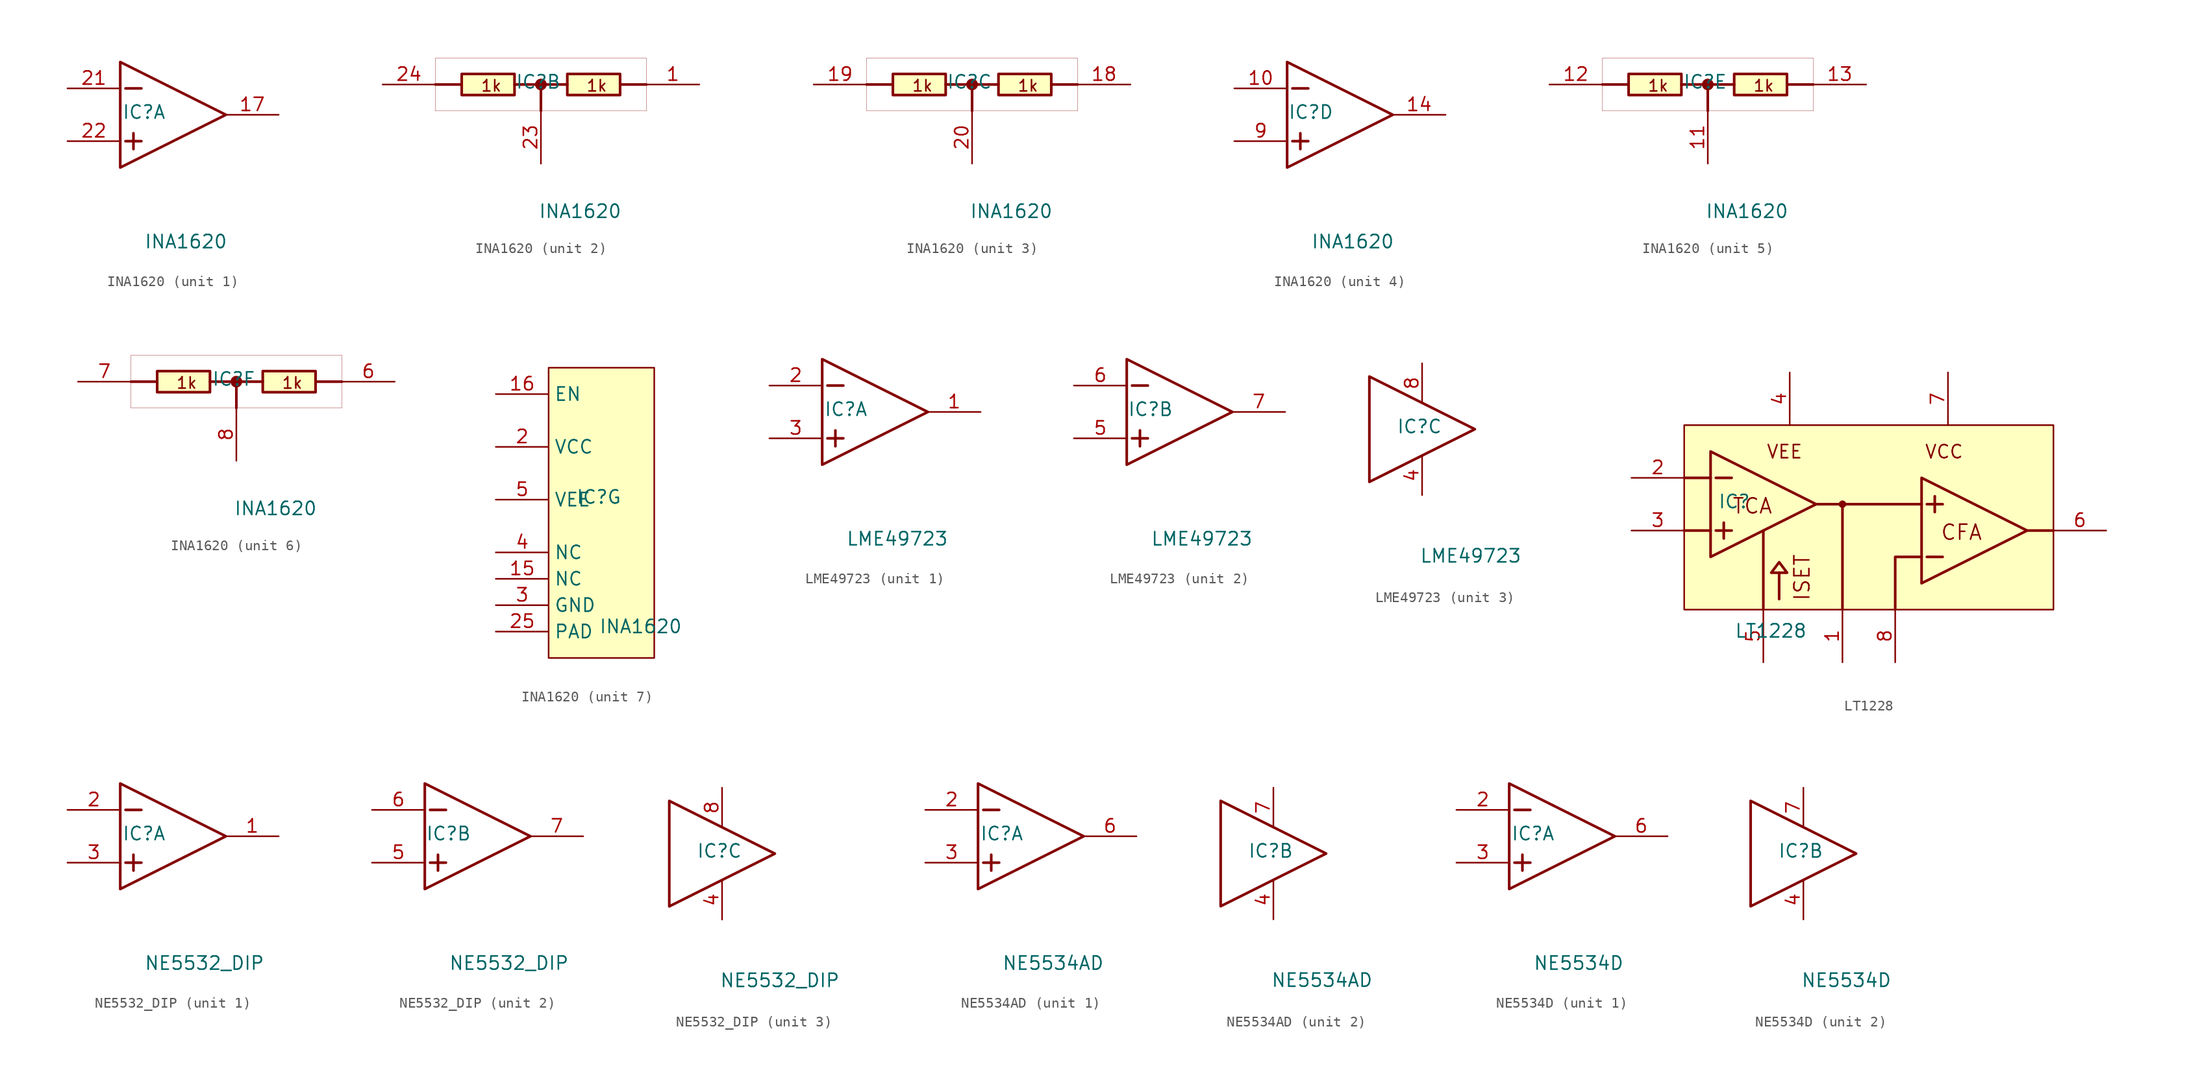
<source format=kicad_sym>
(kicad_symbol_lib
  (version 20231120)
  (generator "kicad_symbol_editor")
  (generator_version "8.0")
  (symbol "INA1620"
    (property "Reference" "IC"
      (at -0.254 0.254 0)
      (effects (font (size 1.27 1.27))))
    (property "Value" "INA1620"
      (at -0.254 -12.954 0)
      (effects (font (size 1.27 1.27)) (justify left bottom)))
    (symbol "INA1620_1_0"
      (polyline (pts (xy -2.032 -2.54) (xy -0.508 -2.54)) (stroke (width 0.254) (type solid)) (fill (type none)))
      (polyline (pts (xy -2.032 2.54) (xy -0.508 2.54)) (stroke (width 0.254) (type solid)) (fill (type none)))
      (polyline (pts (xy -1.27 -1.778) (xy -1.27 -3.302)) (stroke (width 0.254) (type solid)) (fill (type none)))
      (polyline (pts (xy -2.54 -5.08) (xy -2.54 5.08) (xy 7.62 0) (xy -2.54 -5.08)) (stroke (width 0.254) (type solid)) (fill (type none)))
      (pin passive line (at 12.7 0 180) (length 5.08) (name "OUT" (effects (font (size 0 0)))) (number "17" (effects (font (size 1.27 1.27)))))
      (pin passive line (at -7.62 2.54 0) (length 5.08) (name "IN-" (effects (font (size 0 0)))) (number "21" (effects (font (size 1.27 1.27)))))
      (pin passive line (at -7.62 -2.54 0) (length 5.08) (name "IN+" (effects (font (size 0 0)))) (number "22" (effects (font (size 1.27 1.27))))))
    (symbol "INA1620_2_0"
      (rectangle (start -2.54 1.016) (end -7.62 -1.016) (stroke (width 0.254) (type solid)) (fill (type background)))
      (polyline (pts (xy -7.62 0) (xy -10.16 0)) (stroke (width 0.254) (type solid)) (fill (type none)))
      (polyline (pts (xy 0 -2.54) (xy 0 0)) (stroke (width 0.254) (type solid)) (fill (type none)))
      (polyline (pts (xy 0 0) (xy -2.54 0)) (stroke (width 0.254) (type solid)) (fill (type none)))
      (polyline (pts (xy 2.54 0) (xy 0 0)) (stroke (width 0.254) (type solid)) (fill (type none)))
      (polyline (pts (xy 10.16 0) (xy 7.62 0)) (stroke (width 0.254) (type solid)) (fill (type none)))
      (circle (center 0 0) (radius 0.051) (stroke (width 0.508) (type solid)) (fill (type none)))
      (rectangle (start 7.62 1.016) (end 2.54 -1.016) (stroke (width 0.254) (type solid)) (fill (type background)))
      (rectangle (start 10.16 2.54) (end -10.16 -2.54) (stroke (width 0.025) (type solid)) (fill (type none)))
      (text "1k" (at -5.842 -0.762 0) (effects (font (size 1.092 1.092)) (justify left bottom)))
      (text "1k" (at 4.318 -0.762 0) (effects (font (size 1.092 1.092)) (justify left bottom)))
      (pin passive line (at 15.24 0 180) (length 5.08) (name "1" (effects (font (size 0 0)))) (number "1" (effects (font (size 1.27 1.27)))))
      (pin passive line (at 0 -7.62 90) (length 5.08) (name "23" (effects (font (size 0 0)))) (number "23" (effects (font (size 1.27 1.27)))))
      (pin passive line (at -15.24 0 0) (length 5.08) (name "24" (effects (font (size 0 0)))) (number "24" (effects (font (size 1.27 1.27))))))
    (symbol "INA1620_3_0"
      (rectangle (start -2.54 1.016) (end -7.62 -1.016) (stroke (width 0.254) (type solid)) (fill (type background)))
      (polyline (pts (xy -7.62 0) (xy -10.16 0)) (stroke (width 0.254) (type solid)) (fill (type none)))
      (polyline (pts (xy 0 -2.54) (xy 0 0)) (stroke (width 0.254) (type solid)) (fill (type none)))
      (polyline (pts (xy 0 0) (xy -2.54 0)) (stroke (width 0.254) (type solid)) (fill (type none)))
      (polyline (pts (xy 2.54 0) (xy 0 0)) (stroke (width 0.254) (type solid)) (fill (type none)))
      (polyline (pts (xy 10.16 0) (xy 7.62 0)) (stroke (width 0.254) (type solid)) (fill (type none)))
      (circle (center 0 0) (radius 0.051) (stroke (width 0.508) (type solid)) (fill (type none)))
      (rectangle (start 7.62 1.016) (end 2.54 -1.016) (stroke (width 0.254) (type solid)) (fill (type background)))
      (rectangle (start 10.16 2.54) (end -10.16 -2.54) (stroke (width 0.025) (type solid)) (fill (type none)))
      (text "1k" (at -5.842 -0.762 0) (effects (font (size 1.092 1.092)) (justify left bottom)))
      (text "1k" (at 4.318 -0.762 0) (effects (font (size 1.092 1.092)) (justify left bottom)))
      (pin passive line (at 15.24 0 180) (length 5.08) (name "18" (effects (font (size 0 0)))) (number "18" (effects (font (size 1.27 1.27)))))
      (pin passive line (at -15.24 0 0) (length 5.08) (name "19" (effects (font (size 0 0)))) (number "19" (effects (font (size 1.27 1.27)))))
      (pin passive line (at 0 -7.62 90) (length 5.08) (name "20" (effects (font (size 0 0)))) (number "20" (effects (font (size 1.27 1.27))))))
    (symbol "INA1620_4_0"
      (polyline (pts (xy -2.032 -2.54) (xy -0.508 -2.54)) (stroke (width 0.254) (type solid)) (fill (type none)))
      (polyline (pts (xy -2.032 2.54) (xy -0.508 2.54)) (stroke (width 0.254) (type solid)) (fill (type none)))
      (polyline (pts (xy -1.27 -1.778) (xy -1.27 -3.302)) (stroke (width 0.254) (type solid)) (fill (type none)))
      (polyline (pts (xy -2.54 -5.08) (xy -2.54 5.08) (xy 7.62 0) (xy -2.54 -5.08)) (stroke (width 0.254) (type solid)) (fill (type none)))
      (pin passive line (at -7.62 2.54 0) (length 5.08) (name "IN-" (effects (font (size 0 0)))) (number "10" (effects (font (size 1.27 1.27)))))
      (pin passive line (at 12.7 0 180) (length 5.08) (name "OUT" (effects (font (size 0 0)))) (number "14" (effects (font (size 1.27 1.27)))))
      (pin passive line (at -7.62 -2.54 0) (length 5.08) (name "IN+" (effects (font (size 0 0)))) (number "9" (effects (font (size 1.27 1.27))))))
    (symbol "INA1620_5_0"
      (rectangle (start -2.54 1.016) (end -7.62 -1.016) (stroke (width 0.254) (type solid)) (fill (type background)))
      (polyline (pts (xy -7.62 0) (xy -10.16 0)) (stroke (width 0.254) (type solid)) (fill (type none)))
      (polyline (pts (xy 0 -2.54) (xy 0 0)) (stroke (width 0.254) (type solid)) (fill (type none)))
      (polyline (pts (xy 0 0) (xy -2.54 0)) (stroke (width 0.254) (type solid)) (fill (type none)))
      (polyline (pts (xy 2.54 0) (xy 0 0)) (stroke (width 0.254) (type solid)) (fill (type none)))
      (polyline (pts (xy 10.16 0) (xy 7.62 0)) (stroke (width 0.254) (type solid)) (fill (type none)))
      (circle (center 0 0) (radius 0.051) (stroke (width 0.508) (type solid)) (fill (type none)))
      (rectangle (start 7.62 1.016) (end 2.54 -1.016) (stroke (width 0.254) (type solid)) (fill (type background)))
      (rectangle (start 10.16 2.54) (end -10.16 -2.54) (stroke (width 0.025) (type solid)) (fill (type none)))
      (text "1k" (at -5.842 -0.762 0) (effects (font (size 1.092 1.092)) (justify left bottom)))
      (text "1k" (at 4.318 -0.762 0) (effects (font (size 1.092 1.092)) (justify left bottom)))
      (pin passive line (at 0 -7.62 90) (length 5.08) (name "11" (effects (font (size 0 0)))) (number "11" (effects (font (size 1.27 1.27)))))
      (pin passive line (at -15.24 0 0) (length 5.08) (name "12" (effects (font (size 0 0)))) (number "12" (effects (font (size 1.27 1.27)))))
      (pin passive line (at 15.24 0 180) (length 5.08) (name "13" (effects (font (size 0 0)))) (number "13" (effects (font (size 1.27 1.27))))))
    (symbol "INA1620_6_0"
      (rectangle (start -2.54 1.016) (end -7.62 -1.016) (stroke (width 0.254) (type solid)) (fill (type background)))
      (polyline (pts (xy -7.62 0) (xy -10.16 0)) (stroke (width 0.254) (type solid)) (fill (type none)))
      (polyline (pts (xy 0 -2.54) (xy 0 0)) (stroke (width 0.254) (type solid)) (fill (type none)))
      (polyline (pts (xy 0 0) (xy -2.54 0)) (stroke (width 0.254) (type solid)) (fill (type none)))
      (polyline (pts (xy 2.54 0) (xy 0 0)) (stroke (width 0.254) (type solid)) (fill (type none)))
      (polyline (pts (xy 10.16 0) (xy 7.62 0)) (stroke (width 0.254) (type solid)) (fill (type none)))
      (circle (center 0 0) (radius 0.051) (stroke (width 0.508) (type solid)) (fill (type none)))
      (rectangle (start 7.62 1.016) (end 2.54 -1.016) (stroke (width 0.254) (type solid)) (fill (type background)))
      (rectangle (start 10.16 2.54) (end -10.16 -2.54) (stroke (width 0.025) (type solid)) (fill (type none)))
      (text "1k" (at -5.842 -0.762 0) (effects (font (size 1.092 1.092)) (justify left bottom)))
      (text "1k" (at 4.318 -0.762 0) (effects (font (size 1.092 1.092)) (justify left bottom)))
      (pin passive line (at 15.24 0 180) (length 5.08) (name "6" (effects (font (size 0 0)))) (number "6" (effects (font (size 1.27 1.27)))))
      (pin passive line (at -15.24 0 0) (length 5.08) (name "7" (effects (font (size 0 0)))) (number "7" (effects (font (size 1.27 1.27)))))
      (pin passive line (at 0 -7.62 90) (length 5.08) (name "8" (effects (font (size 0 0)))) (number "8" (effects (font (size 1.27 1.27))))))
    (symbol "INA1620_7_0"
      (rectangle (start -5.08 12.7) (end 5.08 -15.24) (stroke (width 0) (type solid) (color 128 0 0 1)) (fill (type background)))
      (pin power_in line (at -10.16 -7.62 0) (length 5.08) (name "NC" (effects (font (size 1.27 1.27)))) (number "15" (effects (font (size 1.27 1.27)))))
      (pin power_in line (at -10.16 10.16 0) (length 5.08) (name "EN" (effects (font (size 1.27 1.27)))) (number "16" (effects (font (size 1.27 1.27)))))
      (pin power_in line (at -10.16 5.08 0) (length 5.08) (name "VCC" (effects (font (size 1.27 1.27)))) (number "2" (effects (font (size 1.27 1.27)))))
      (pin power_in line (at -10.16 -12.7 0) (length 5.08) (name "PAD" (effects (font (size 1.27 1.27)))) (number "25" (effects (font (size 1.27 1.27)))))
      (pin power_in line (at -10.16 -10.16 0) (length 5.08) (name "GND" (effects (font (size 1.27 1.27)))) (number "3" (effects (font (size 1.27 1.27)))))
      (pin power_in line (at -10.16 -5.08 0) (length 5.08) (name "NC" (effects (font (size 1.27 1.27)))) (number "4" (effects (font (size 1.27 1.27)))))
      (pin power_in line (at -10.16 0 0) (length 5.08) (name "VEE" (effects (font (size 1.27 1.27)))) (number "5" (effects (font (size 1.27 1.27)))))))
  (symbol "LME49723"
    (property "Reference" "IC"
      (at -0.254 0.254 0)
      (effects (font (size 1.27 1.27))))
    (property "Value" "LME49723"
      (at -0.254 -12.954 0)
      (effects (font (size 1.27 1.27)) (justify left bottom)))
    (symbol "LME49723_1_0"
      (polyline (pts (xy -2.032 -2.54) (xy -0.508 -2.54)) (stroke (width 0.254) (type solid)) (fill (type none)))
      (polyline (pts (xy -2.032 2.54) (xy -0.508 2.54)) (stroke (width 0.254) (type solid)) (fill (type none)))
      (polyline (pts (xy -1.27 -1.778) (xy -1.27 -3.302)) (stroke (width 0.254) (type solid)) (fill (type none)))
      (polyline (pts (xy -2.54 -5.08) (xy -2.54 5.08) (xy 7.62 0) (xy -2.54 -5.08)) (stroke (width 0.254) (type solid)) (fill (type none)))
      (pin passive line (at 12.7 0 180) (length 5.08) (name "OUT" (effects (font (size 0 0)))) (number "1" (effects (font (size 1.27 1.27)))))
      (pin passive line (at -7.62 2.54 0) (length 5.08) (name "IN-" (effects (font (size 0 0)))) (number "2" (effects (font (size 1.27 1.27)))))
      (pin passive line (at -7.62 -2.54 0) (length 5.08) (name "IN+" (effects (font (size 0 0)))) (number "3" (effects (font (size 1.27 1.27))))))
    (symbol "LME49723_2_0"
      (polyline (pts (xy -2.032 -2.54) (xy -0.508 -2.54)) (stroke (width 0.254) (type solid)) (fill (type none)))
      (polyline (pts (xy -2.032 2.54) (xy -0.508 2.54)) (stroke (width 0.254) (type solid)) (fill (type none)))
      (polyline (pts (xy -1.27 -1.778) (xy -1.27 -3.302)) (stroke (width 0.254) (type solid)) (fill (type none)))
      (polyline (pts (xy -2.54 -5.08) (xy -2.54 5.08) (xy 7.62 0) (xy -2.54 -5.08)) (stroke (width 0.254) (type solid)) (fill (type none)))
      (pin passive line (at -7.62 -2.54 0) (length 5.08) (name "IN+" (effects (font (size 0 0)))) (number "5" (effects (font (size 1.27 1.27)))))
      (pin passive line (at -7.62 2.54 0) (length 5.08) (name "IN-" (effects (font (size 0 0)))) (number "6" (effects (font (size 1.27 1.27)))))
      (pin passive line (at 12.7 0 180) (length 5.08) (name "OUT" (effects (font (size 0 0)))) (number "7" (effects (font (size 1.27 1.27))))))
    (symbol "LME49723_3_0"
      (polyline (pts (xy -5.08 -5.08) (xy -5.08 5.08) (xy 5.08 0) (xy -5.08 -5.08)) (stroke (width 0.254) (type solid)) (fill (type none)))
      (pin power_in line (at 0 -6.35 90) (length 3.81) (name "V-" (effects (font (size 0 0)))) (number "4" (effects (font (size 1.27 1.27)))))
      (pin power_in line (at 0 6.35 270) (length 3.81) (name "V+" (effects (font (size 0 0)))) (number "8" (effects (font (size 1.27 1.27)))))))
  (symbol "LT1228"
    (property "Reference" "IC"
      (at -0.254 0.254 0)
      (effects (font (size 1.27 1.27))))
    (property "Value" "LT1228"
      (at -0.254 -12.954 0)
      (effects (font (size 1.27 1.27)) (justify left bottom)))
    (symbol "LT1228_1_0"
      (rectangle (start -5.08 7.62) (end 30.48 -10.16) (stroke (width 0) (type solid) (color 128 0 0 1)) (fill (type background)))
      (polyline (pts (xy -5.08 -2.54) (xy -2.54 -2.54)) (stroke (width 0.254) (type solid)) (fill (type none)))
      (polyline (pts (xy -5.08 2.54) (xy -2.54 2.54)) (stroke (width 0.254) (type solid)) (fill (type none)))
      (polyline (pts (xy -2.032 -2.54) (xy -0.508 -2.54)) (stroke (width 0.254) (type solid)) (fill (type none)))
      (polyline (pts (xy -2.032 2.54) (xy -0.508 2.54)) (stroke (width 0.254) (type solid)) (fill (type none)))
      (polyline (pts (xy -1.27 -1.778) (xy -1.27 -3.302)) (stroke (width 0.254) (type solid)) (fill (type none)))
      (polyline (pts (xy 2.54 -10.16) (xy 2.54 -2.54)) (stroke (width 0.254) (type solid)) (fill (type none)))
      (polyline (pts (xy 4.064 -6.604) (xy 4.064 -9.144)) (stroke (width 0.254) (type solid)) (fill (type none)))
      (polyline (pts (xy 10.16 -10.16) (xy 10.16 0)) (stroke (width 0.254) (type solid)) (fill (type none)))
      (polyline (pts (xy 17.78 0) (xy 7.62 0)) (stroke (width 0.254) (type solid)) (fill (type none)))
      (polyline (pts (xy 18.288 -5.08) (xy 19.812 -5.08)) (stroke (width 0.254) (type solid)) (fill (type none)))
      (polyline (pts (xy 18.288 0) (xy 19.812 0)) (stroke (width 0.254) (type solid)) (fill (type none)))
      (polyline (pts (xy 19.05 0.762) (xy 19.05 -0.762)) (stroke (width 0.254) (type solid)) (fill (type none)))
      (polyline (pts (xy 30.48 -2.54) (xy 27.94 -2.54)) (stroke (width 0.254) (type solid)) (fill (type none)))
      (polyline (pts (xy 17.78 -5.08) (xy 15.24 -5.08) (xy 15.24 -10.16)) (stroke (width 0.254) (type solid)) (fill (type none)))
      (polyline (pts (xy -2.54 -5.08) (xy -2.54 5.08) (xy 7.62 0) (xy -2.54 -5.08)) (stroke (width 0.254) (type solid)) (fill (type none)))
      (polyline (pts (xy 17.78 -7.62) (xy 17.78 2.54) (xy 27.94 -2.54) (xy 17.78 -7.62)) (stroke (width 0.254) (type solid)) (fill (type none)))
      (polyline (pts (xy 4.064 -6.604) (xy 4.826 -6.604) (xy 4.064 -5.588) (xy 3.302 -6.604) (xy 4.064 -6.604)) (stroke (width 0.254) (type solid)) (fill (type none)))
      (circle (center 10.16 0) (radius 0.233) (stroke (width 0.254) (type solid)) (fill (type none)))
      (text "CFA" (at 19.558 -3.556 0) (effects (font (size 1.448 1.448)) (justify left bottom)))
      (text "ISET" (at 7.112 -9.398 900) (effects (font (size 1.448 1.448)) (justify left bottom)))
      (text "TCA" (at -0.508 -1.016 0) (effects (font (size 1.448 1.448)) (justify left bottom)))
      (text "VCC" (at 18.034 4.318 0) (effects (font (size 1.27 1.27)) (justify left bottom)))
      (text "VEE" (at 2.794 4.318 0) (effects (font (size 1.27 1.27)) (justify left bottom)))
      (pin passive line (at 10.16 -15.24 90) (length 5.08) (name "IOUT" (effects (font (size 0 0)))) (number "1" (effects (font (size 1.27 1.27)))))
      (pin passive line (at -10.16 2.54 0) (length 5.08) (name "IN-" (effects (font (size 0 0)))) (number "2" (effects (font (size 1.27 1.27)))))
      (pin passive line (at -10.16 -2.54 0) (length 5.08) (name "IN+" (effects (font (size 0 0)))) (number "3" (effects (font (size 1.27 1.27)))))
      (pin passive line (at 5.08 12.7 270) (length 5.08) (name "VEE" (effects (font (size 0 0)))) (number "4" (effects (font (size 1.27 1.27)))))
      (pin passive line (at 2.54 -15.24 90) (length 5.08) (name "ISET" (effects (font (size 0 0)))) (number "5" (effects (font (size 1.27 1.27)))))
      (pin passive line (at 35.56 -2.54 180) (length 5.08) (name "I-" (effects (font (size 0 0)))) (number "6" (effects (font (size 1.27 1.27)))))
      (pin passive line (at 20.32 12.7 270) (length 5.08) (name "VCC" (effects (font (size 0 0)))) (number "7" (effects (font (size 1.27 1.27)))))
      (pin passive line (at 15.24 -15.24 90) (length 5.08) (name "I-" (effects (font (size 0 0)))) (number "8" (effects (font (size 1.27 1.27)))))))
  (symbol "NE5532_DIP"
    (property "Reference" "IC"
      (at -0.254 0.254 0)
      (effects (font (size 1.27 1.27))))
    (property "Value" "NE5532_DIP"
      (at -0.254 -12.954 0)
      (effects (font (size 1.27 1.27)) (justify left bottom)))
    (symbol "NE5532_DIP_1_0"
      (polyline (pts (xy -2.032 -2.54) (xy -0.508 -2.54)) (stroke (width 0.254) (type solid)) (fill (type none)))
      (polyline (pts (xy -2.032 2.54) (xy -0.508 2.54)) (stroke (width 0.254) (type solid)) (fill (type none)))
      (polyline (pts (xy -1.27 -1.778) (xy -1.27 -3.302)) (stroke (width 0.254) (type solid)) (fill (type none)))
      (polyline (pts (xy -2.54 -5.08) (xy -2.54 5.08) (xy 7.62 0) (xy -2.54 -5.08)) (stroke (width 0.254) (type solid)) (fill (type none)))
      (pin passive line (at 12.7 0 180) (length 5.08) (name "OUT" (effects (font (size 0 0)))) (number "1" (effects (font (size 1.27 1.27)))))
      (pin passive line (at -7.62 2.54 0) (length 5.08) (name "IN-" (effects (font (size 0 0)))) (number "2" (effects (font (size 1.27 1.27)))))
      (pin passive line (at -7.62 -2.54 0) (length 5.08) (name "IN+" (effects (font (size 0 0)))) (number "3" (effects (font (size 1.27 1.27))))))
    (symbol "NE5532_DIP_2_0"
      (polyline (pts (xy -2.032 -2.54) (xy -0.508 -2.54)) (stroke (width 0.254) (type solid)) (fill (type none)))
      (polyline (pts (xy -2.032 2.54) (xy -0.508 2.54)) (stroke (width 0.254) (type solid)) (fill (type none)))
      (polyline (pts (xy -1.27 -1.778) (xy -1.27 -3.302)) (stroke (width 0.254) (type solid)) (fill (type none)))
      (polyline (pts (xy -2.54 -5.08) (xy -2.54 5.08) (xy 7.62 0) (xy -2.54 -5.08)) (stroke (width 0.254) (type solid)) (fill (type none)))
      (pin passive line (at -7.62 -2.54 0) (length 5.08) (name "IN+" (effects (font (size 0 0)))) (number "5" (effects (font (size 1.27 1.27)))))
      (pin passive line (at -7.62 2.54 0) (length 5.08) (name "IN-" (effects (font (size 0 0)))) (number "6" (effects (font (size 1.27 1.27)))))
      (pin passive line (at 12.7 0 180) (length 5.08) (name "OUT" (effects (font (size 0 0)))) (number "7" (effects (font (size 1.27 1.27))))))
    (symbol "NE5532_DIP_3_0"
      (polyline (pts (xy -5.08 -5.08) (xy -5.08 5.08) (xy 5.08 0) (xy -5.08 -5.08)) (stroke (width 0.254) (type solid)) (fill (type none)))
      (pin power_in line (at 0 -6.35 90) (length 3.81) (name "V-" (effects (font (size 0 0)))) (number "4" (effects (font (size 1.27 1.27)))))
      (pin power_in line (at 0 6.35 270) (length 3.81) (name "V+" (effects (font (size 0 0)))) (number "8" (effects (font (size 1.27 1.27)))))))
  (symbol "NE5534AD"
    (property "Reference" "IC"
      (at -0.254 0.254 0)
      (effects (font (size 1.27 1.27))))
    (property "Value" "NE5534AD"
      (at -0.254 -12.954 0)
      (effects (font (size 1.27 1.27)) (justify left bottom)))
    (symbol "NE5534AD_1_0"
      (polyline (pts (xy -2.032 -2.54) (xy -0.508 -2.54)) (stroke (width 0.254) (type solid)) (fill (type none)))
      (polyline (pts (xy -2.032 2.54) (xy -0.508 2.54)) (stroke (width 0.254) (type solid)) (fill (type none)))
      (polyline (pts (xy -1.27 -1.778) (xy -1.27 -3.302)) (stroke (width 0.254) (type solid)) (fill (type none)))
      (polyline (pts (xy -2.54 -5.08) (xy -2.54 5.08) (xy 7.62 0) (xy -2.54 -5.08)) (stroke (width 0.254) (type solid)) (fill (type none)))
      (pin passive line (at -7.62 2.54 0) (length 5.08) (name "IN-" (effects (font (size 0 0)))) (number "2" (effects (font (size 1.27 1.27)))))
      (pin passive line (at -7.62 -2.54 0) (length 5.08) (name "IN+" (effects (font (size 0 0)))) (number "3" (effects (font (size 1.27 1.27)))))
      (pin passive line (at 12.7 0 180) (length 5.08) (name "OUT" (effects (font (size 0 0)))) (number "6" (effects (font (size 1.27 1.27))))))
    (symbol "NE5534AD_2_0"
      (polyline (pts (xy -5.08 -5.08) (xy -5.08 5.08) (xy 5.08 0) (xy -5.08 -5.08)) (stroke (width 0.254) (type solid)) (fill (type none)))
      (pin power_in line (at 0 -6.35 90) (length 3.81) (name "V-" (effects (font (size 0 0)))) (number "4" (effects (font (size 1.27 1.27)))))
      (pin power_in line (at 0 6.35 270) (length 3.81) (name "V+" (effects (font (size 0 0)))) (number "7" (effects (font (size 1.27 1.27)))))))
  (symbol "NE5534D"
    (property "Reference" "IC"
      (at -0.254 0.254 0)
      (effects (font (size 1.27 1.27))))
    (property "Value" "NE5534D"
      (at -0.254 -12.954 0)
      (effects (font (size 1.27 1.27)) (justify left bottom)))
    (symbol "NE5534D_1_0"
      (polyline (pts (xy -2.032 -2.54) (xy -0.508 -2.54)) (stroke (width 0.254) (type solid)) (fill (type none)))
      (polyline (pts (xy -2.032 2.54) (xy -0.508 2.54)) (stroke (width 0.254) (type solid)) (fill (type none)))
      (polyline (pts (xy -1.27 -1.778) (xy -1.27 -3.302)) (stroke (width 0.254) (type solid)) (fill (type none)))
      (polyline (pts (xy -2.54 -5.08) (xy -2.54 5.08) (xy 7.62 0) (xy -2.54 -5.08)) (stroke (width 0.254) (type solid)) (fill (type none)))
      (pin passive line (at -7.62 2.54 0) (length 5.08) (name "IN-" (effects (font (size 0 0)))) (number "2" (effects (font (size 1.27 1.27)))))
      (pin passive line (at -7.62 -2.54 0) (length 5.08) (name "IN+" (effects (font (size 0 0)))) (number "3" (effects (font (size 1.27 1.27)))))
      (pin passive line (at 12.7 0 180) (length 5.08) (name "OUT" (effects (font (size 0 0)))) (number "6" (effects (font (size 1.27 1.27))))))
    (symbol "NE5534D_2_0"
      (polyline (pts (xy -5.08 -5.08) (xy -5.08 5.08) (xy 5.08 0) (xy -5.08 -5.08)) (stroke (width 0.254) (type solid)) (fill (type none)))
      (pin power_in line (at 0 -6.35 90) (length 3.81) (name "V-" (effects (font (size 0 0)))) (number "4" (effects (font (size 1.27 1.27)))))
      (pin power_in line (at 0 6.35 270) (length 3.81) (name "V+" (effects (font (size 0 0)))) (number "7" (effects (font (size 1.27 1.27))))))))
</source>
